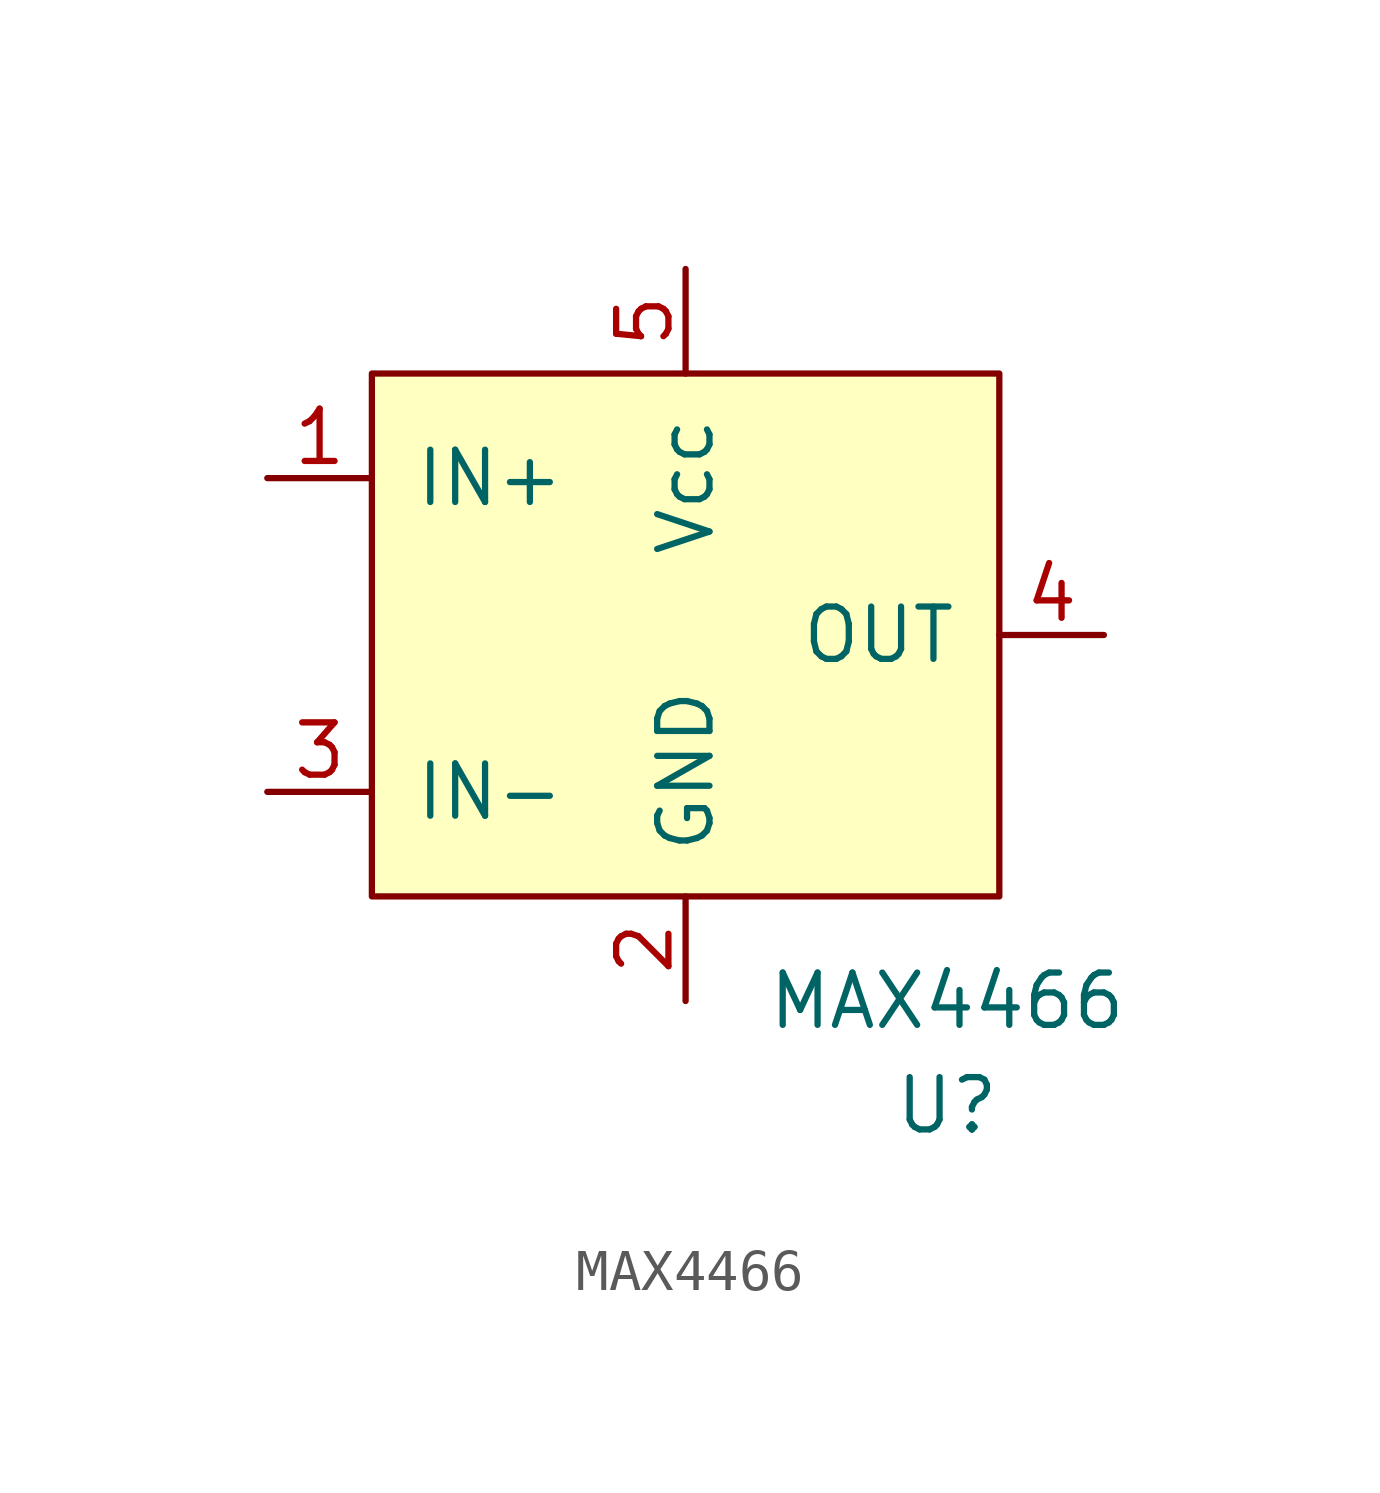
<source format=kicad_sym>
(kicad_symbol_lib
  (version 20211014)
  (generator kicad_symbol_editor)
  (symbol "MAX4466"
    (pin_names
      (offset 1.016))
    (property "Reference" "U"
      (at 6.35 -11.43 0)
      (effects (font (size 1.27 1.27))))
    (property "Value" "MAX4466"
      (at 6.35 -8.89 0)
      (effects (font (size 1.27 1.27))))
    (symbol "MAX4466_0_1"
      (rectangle (start -7.62 6.35) (end 7.62 -6.35) (stroke (width 0) (type default) (color 0 0 0 0)) (fill (type background))))
    (symbol "MAX4466_1_1"
      (pin input line (at -10.16 3.81 0) (length 2.54) (name "IN+" (effects (font (size 1.27 1.27)))) (number "1" (effects (font (size 1.27 1.27)))))
      (pin power_in line (at 0 -8.89 90) (length 2.54) (name "GND" (effects (font (size 1.27 1.27)))) (number "2" (effects (font (size 1.27 1.27)))))
      (pin input line (at -10.16 -3.81 0) (length 2.54) (name "IN-" (effects (font (size 1.27 1.27)))) (number "3" (effects (font (size 1.27 1.27)))))
      (pin output line (at 10.16 0 180) (length 2.54) (name "OUT" (effects (font (size 1.27 1.27)))) (number "4" (effects (font (size 1.27 1.27)))))
      (pin power_in line (at 0 8.89 270) (length 2.54) (name "Vcc" (effects (font (size 1.27 1.27)))) (number "5" (effects (font (size 1.27 1.27))))))))
</source>
